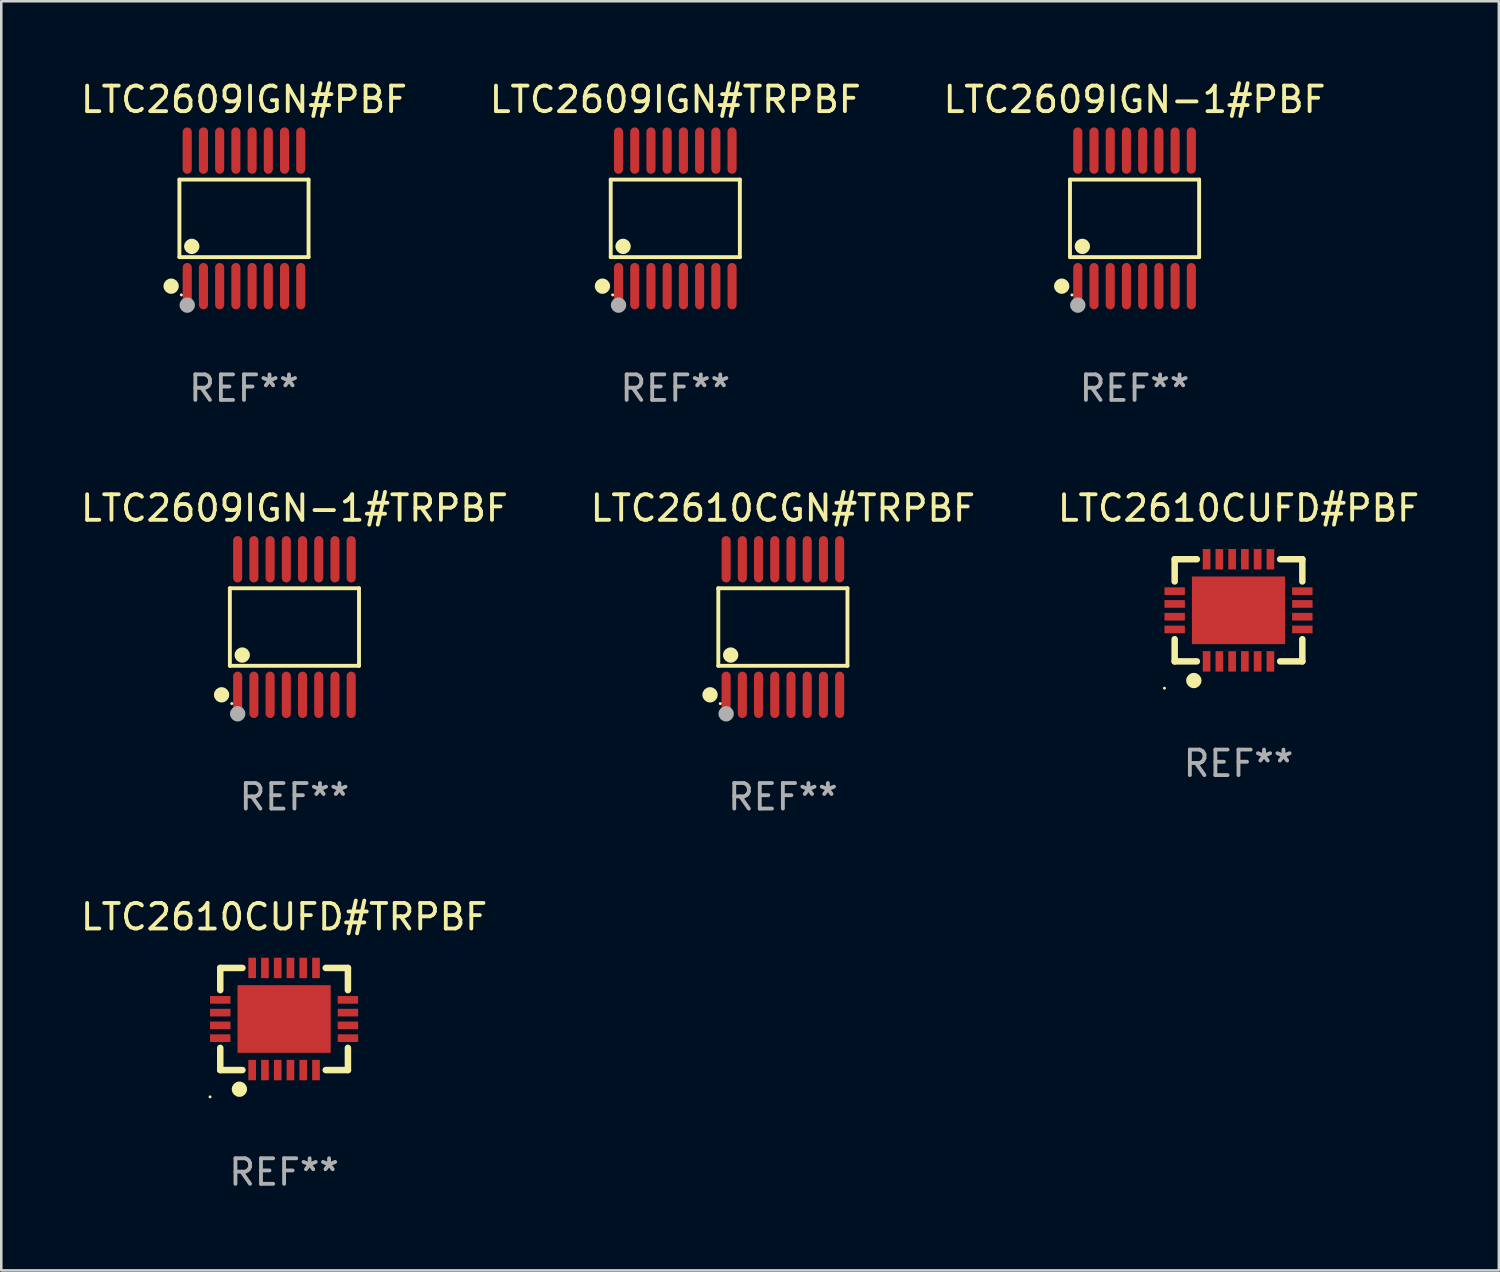
<source format=kicad_pcb>
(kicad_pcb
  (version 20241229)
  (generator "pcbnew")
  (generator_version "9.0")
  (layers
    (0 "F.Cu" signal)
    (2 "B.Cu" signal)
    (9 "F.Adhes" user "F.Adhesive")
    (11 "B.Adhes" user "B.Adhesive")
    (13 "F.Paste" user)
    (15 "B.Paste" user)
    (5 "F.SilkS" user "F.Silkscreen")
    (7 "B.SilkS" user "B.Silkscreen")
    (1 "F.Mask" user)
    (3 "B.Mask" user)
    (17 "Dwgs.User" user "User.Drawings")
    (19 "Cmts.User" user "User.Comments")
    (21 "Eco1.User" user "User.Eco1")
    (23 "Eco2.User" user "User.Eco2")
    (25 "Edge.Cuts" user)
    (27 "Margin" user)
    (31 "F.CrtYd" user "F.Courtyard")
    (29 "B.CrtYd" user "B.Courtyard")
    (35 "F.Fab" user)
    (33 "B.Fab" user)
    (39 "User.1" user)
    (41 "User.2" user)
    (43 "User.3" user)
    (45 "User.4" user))
  (footprint "LTC2609IGN#PBF"
    (layer "F.Cu")
    (at 6.506 5.503)
    (property "Reference" "LTC2609IGN#PBF" (at 0 -4.655 0) (layer "F.SilkS") (effects (font (size 1 1) (thickness 0.15))))
    (attr through_hole)
    (fp_line (start -2.529 -1.519) (end 2.529 -1.519) (stroke (width 0.152) (type solid)) (layer "F.SilkS"))
    (fp_line (start -2.529 1.519) (end -2.529 -1.519) (stroke (width 0.152) (type solid)) (layer "F.SilkS"))
    (fp_line (start 2.529 -1.519) (end 2.529 1.519) (stroke (width 0.152) (type solid)) (layer "F.SilkS"))
    (fp_line (start 2.529 1.519) (end -2.529 1.519) (stroke (width 0.152) (type solid)) (layer "F.SilkS"))
    (fp_circle (center -2.853 2.655) (end -2.703 2.655) (stroke (width 0.3) (type solid)) (fill no) (layer "F.SilkS"))
    (fp_circle (center -2.453 2.998) (end -2.423 2.998) (stroke (width 0.06) (type solid)) (fill no) (layer "F.SilkS"))
    (fp_circle (center -2.045 1.097) (end -1.895 1.097) (stroke (width 0.3) (type solid)) (fill no) (layer "F.SilkS"))
    (fp_circle (center -2.223 3.398) (end -2.072 3.398) (stroke (width 0.3) (type solid)) (fill no) (layer "F.Fab"))
    (fp_text user "REF**" (at 0 6.655 0) (layer "F.Fab") (effects (font (size 1 1) (thickness 0.15))))
    (pad "1" smd oval (at -2.223 2.655) (size 0.356 1.815) (layers "F.Cu" "F.Mask" "F.Paste"))
    (pad "2" smd oval (at -1.588 2.655) (size 0.356 1.815) (layers "F.Cu" "F.Mask" "F.Paste"))
    (pad "3" smd oval (at -0.953 2.655) (size 0.356 1.815) (layers "F.Cu" "F.Mask" "F.Paste"))
    (pad "4" smd oval (at -0.318 2.655) (size 0.356 1.815) (layers "F.Cu" "F.Mask" "F.Paste"))
    (pad "5" smd oval (at 0.318 2.655) (size 0.356 1.815) (layers "F.Cu" "F.Mask" "F.Paste"))
    (pad "6" smd oval (at 0.953 2.655) (size 0.356 1.815) (layers "F.Cu" "F.Mask" "F.Paste"))
    (pad "7" smd oval (at 1.588 2.655) (size 0.356 1.815) (layers "F.Cu" "F.Mask" "F.Paste"))
    (pad "8" smd oval (at 2.223 2.655) (size 0.356 1.815) (layers "F.Cu" "F.Mask" "F.Paste"))
    (pad "9" smd oval (at 2.223 -2.655) (size 0.356 1.815) (layers "F.Cu" "F.Mask" "F.Paste"))
    (pad "10" smd oval (at 1.588 -2.655) (size 0.356 1.815) (layers "F.Cu" "F.Mask" "F.Paste"))
    (pad "11" smd oval (at 0.953 -2.655) (size 0.356 1.815) (layers "F.Cu" "F.Mask" "F.Paste"))
    (pad "12" smd oval (at 0.318 -2.655) (size 0.356 1.815) (layers "F.Cu" "F.Mask" "F.Paste"))
    (pad "13" smd oval (at -0.318 -2.655) (size 0.356 1.815) (layers "F.Cu" "F.Mask" "F.Paste"))
    (pad "14" smd oval (at -0.953 -2.655) (size 0.356 1.815) (layers "F.Cu" "F.Mask" "F.Paste"))
    (pad "15" smd oval (at -1.588 -2.655) (size 0.356 1.815) (layers "F.Cu" "F.Mask" "F.Paste"))
    (pad "16" smd oval (at -2.223 -2.655) (size 0.356 1.815) (layers "F.Cu" "F.Mask" "F.Paste")))
  (footprint "LTC2610CGN#TRPBF"
    (layer "F.Cu")
    (at 27.613 21.509)
    (property "Reference" "LTC2610CGN#TRPBF" (at 0 -4.655 0) (layer "F.SilkS") (effects (font (size 1 1) (thickness 0.15))))
    (attr through_hole)
    (fp_line (start -2.529 -1.519) (end 2.529 -1.519) (stroke (width 0.152) (type solid)) (layer "F.SilkS"))
    (fp_line (start -2.529 1.519) (end -2.529 -1.519) (stroke (width 0.152) (type solid)) (layer "F.SilkS"))
    (fp_line (start 2.529 -1.519) (end 2.529 1.519) (stroke (width 0.152) (type solid)) (layer "F.SilkS"))
    (fp_line (start 2.529 1.519) (end -2.529 1.519) (stroke (width 0.152) (type solid)) (layer "F.SilkS"))
    (fp_circle (center -2.853 2.655) (end -2.703 2.655) (stroke (width 0.3) (type solid)) (fill no) (layer "F.SilkS"))
    (fp_circle (center -2.453 2.998) (end -2.423 2.998) (stroke (width 0.06) (type solid)) (fill no) (layer "F.SilkS"))
    (fp_circle (center -2.045 1.097) (end -1.895 1.097) (stroke (width 0.3) (type solid)) (fill no) (layer "F.SilkS"))
    (fp_circle (center -2.223 3.398) (end -2.072 3.398) (stroke (width 0.3) (type solid)) (fill no) (layer "F.Fab"))
    (fp_text user "REF**" (at 0 6.655 0) (layer "F.Fab") (effects (font (size 1 1) (thickness 0.15))))
    (pad "1" smd oval (at -2.223 2.655) (size 0.356 1.815) (layers "F.Cu" "F.Mask" "F.Paste"))
    (pad "2" smd oval (at -1.588 2.655) (size 0.356 1.815) (layers "F.Cu" "F.Mask" "F.Paste"))
    (pad "3" smd oval (at -0.953 2.655) (size 0.356 1.815) (layers "F.Cu" "F.Mask" "F.Paste"))
    (pad "4" smd oval (at -0.318 2.655) (size 0.356 1.815) (layers "F.Cu" "F.Mask" "F.Paste"))
    (pad "5" smd oval (at 0.318 2.655) (size 0.356 1.815) (layers "F.Cu" "F.Mask" "F.Paste"))
    (pad "6" smd oval (at 0.953 2.655) (size 0.356 1.815) (layers "F.Cu" "F.Mask" "F.Paste"))
    (pad "7" smd oval (at 1.588 2.655) (size 0.356 1.815) (layers "F.Cu" "F.Mask" "F.Paste"))
    (pad "8" smd oval (at 2.223 2.655) (size 0.356 1.815) (layers "F.Cu" "F.Mask" "F.Paste"))
    (pad "9" smd oval (at 2.223 -2.655) (size 0.356 1.815) (layers "F.Cu" "F.Mask" "F.Paste"))
    (pad "10" smd oval (at 1.588 -2.655) (size 0.356 1.815) (layers "F.Cu" "F.Mask" "F.Paste"))
    (pad "11" smd oval (at 0.953 -2.655) (size 0.356 1.815) (layers "F.Cu" "F.Mask" "F.Paste"))
    (pad "12" smd oval (at 0.318 -2.655) (size 0.356 1.815) (layers "F.Cu" "F.Mask" "F.Paste"))
    (pad "13" smd oval (at -0.318 -2.655) (size 0.356 1.815) (layers "F.Cu" "F.Mask" "F.Paste"))
    (pad "14" smd oval (at -0.953 -2.655) (size 0.356 1.815) (layers "F.Cu" "F.Mask" "F.Paste"))
    (pad "15" smd oval (at -1.588 -2.655) (size 0.356 1.815) (layers "F.Cu" "F.Mask" "F.Paste"))
    (pad "16" smd oval (at -2.223 -2.655) (size 0.356 1.815) (layers "F.Cu" "F.Mask" "F.Paste")))
  (footprint "LTC2610CUFD#TRPBF"
    (layer "F.Cu")
    (at 8.077 36.861)
    (property "Reference" "LTC2610CUFD#TRPBF" (at 0 -4 0) (layer "F.SilkS") (effects (font (size 1 1) (thickness 0.15))))
    (attr through_hole)
    (fp_line (start -2.5 -2) (end -1.631 -2) (stroke (width 0.254) (type solid)) (layer "F.SilkS"))
    (fp_line (start -2.5 -1.131) (end -2.5 -2) (stroke (width 0.254) (type solid)) (layer "F.SilkS"))
    (fp_line (start -2.5 2) (end -2.5 1.131) (stroke (width 0.254) (type solid)) (layer "F.SilkS"))
    (fp_line (start -1.631 2) (end -2.5 2) (stroke (width 0.254) (type solid)) (layer "F.SilkS"))
    (fp_line (start 1.631 -2) (end 2.5 -2) (stroke (width 0.254) (type solid)) (layer "F.SilkS"))
    (fp_line (start 2.5 -2) (end 2.5 -1.131) (stroke (width 0.254) (type solid)) (layer "F.SilkS"))
    (fp_line (start 2.5 1.131) (end 2.5 2) (stroke (width 0.254) (type solid)) (layer "F.SilkS"))
    (fp_line (start 2.5 2) (end 1.631 2) (stroke (width 0.254) (type solid)) (layer "F.SilkS"))
    (fp_circle (center -2.9 3.05) (end -2.87 3.05) (stroke (width 0.06) (type solid)) (fill no) (layer "F.SilkS"))
    (fp_circle (center -1.75 2.75) (end -1.6 2.75) (stroke (width 0.3) (type solid)) (fill no) (layer "F.SilkS"))
    (fp_text user "REF**" (at 0 6 0) (layer "F.Fab") (effects (font (size 1 1) (thickness 0.15))))
    (pad "1" smd rect (at -1.25 2 90) (size 0.8 0.3) (layers "F.Cu" "F.Mask" "F.Paste"))
    (pad "2" smd rect (at -0.75 2 90) (size 0.8 0.3) (layers "F.Cu" "F.Mask" "F.Paste"))
    (pad "3" smd rect (at -0.25 2 90) (size 0.8 0.3) (layers "F.Cu" "F.Mask" "F.Paste"))
    (pad "4" smd rect (at 0.25 2 90) (size 0.8 0.3) (layers "F.Cu" "F.Mask" "F.Paste"))
    (pad "5" smd rect (at 0.75 2 90) (size 0.8 0.3) (layers "F.Cu" "F.Mask" "F.Paste"))
    (pad "6" smd rect (at 1.25 2 90) (size 0.8 0.3) (layers "F.Cu" "F.Mask" "F.Paste"))
    (pad "7" smd rect (at 2.5 0.75 180) (size 0.8 0.3) (layers "F.Cu" "F.Mask" "F.Paste"))
    (pad "8" smd rect (at 2.5 0.25 180) (size 0.8 0.3) (layers "F.Cu" "F.Mask" "F.Paste"))
    (pad "9" smd rect (at 2.5 -0.25 180) (size 0.8 0.3) (layers "F.Cu" "F.Mask" "F.Paste"))
    (pad "10" smd rect (at 2.5 -0.75 180) (size 0.8 0.3) (layers "F.Cu" "F.Mask" "F.Paste"))
    (pad "11" smd rect (at 1.25 -2 270) (size 0.8 0.3) (layers "F.Cu" "F.Mask" "F.Paste"))
    (pad "12" smd rect (at 0.75 -2 270) (size 0.8 0.3) (layers "F.Cu" "F.Mask" "F.Paste"))
    (pad "13" smd rect (at 0.25 -2 270) (size 0.8 0.3) (layers "F.Cu" "F.Mask" "F.Paste"))
    (pad "14" smd rect (at -0.25 -2 270) (size 0.8 0.3) (layers "F.Cu" "F.Mask" "F.Paste"))
    (pad "15" smd rect (at -0.75 -2 270) (size 0.8 0.3) (layers "F.Cu" "F.Mask" "F.Paste"))
    (pad "16" smd rect (at -1.25 -2 270) (size 0.8 0.3) (layers "F.Cu" "F.Mask" "F.Paste"))
    (pad "17" smd rect (at -2.5 -0.75) (size 0.8 0.3) (layers "F.Cu" "F.Mask" "F.Paste"))
    (pad "18" smd rect (at -2.5 -0.25) (size 0.8 0.3) (layers "F.Cu" "F.Mask" "F.Paste"))
    (pad "19" smd rect (at -2.5 0.25) (size 0.8 0.3) (layers "F.Cu" "F.Mask" "F.Paste"))
    (pad "20" smd rect (at -2.5 0.75) (size 0.8 0.3) (layers "F.Cu" "F.Mask" "F.Paste"))
    (pad "21" smd rect (at 0 0) (size 3.65 2.65) (layers "F.Cu" "F.Mask" "F.Paste")))
  (footprint "LTC2609IGN-1#TRPBF"
    (layer "F.Cu")
    (at 8.482 21.509)
    (property "Reference" "LTC2609IGN-1#TRPBF" (at 0 -4.655 0) (layer "F.SilkS") (effects (font (size 1 1) (thickness 0.15))))
    (attr through_hole)
    (fp_line (start -2.529 -1.519) (end 2.529 -1.519) (stroke (width 0.152) (type solid)) (layer "F.SilkS"))
    (fp_line (start -2.529 1.519) (end -2.529 -1.519) (stroke (width 0.152) (type solid)) (layer "F.SilkS"))
    (fp_line (start 2.529 -1.519) (end 2.529 1.519) (stroke (width 0.152) (type solid)) (layer "F.SilkS"))
    (fp_line (start 2.529 1.519) (end -2.529 1.519) (stroke (width 0.152) (type solid)) (layer "F.SilkS"))
    (fp_circle (center -2.853 2.655) (end -2.703 2.655) (stroke (width 0.3) (type solid)) (fill no) (layer "F.SilkS"))
    (fp_circle (center -2.453 2.998) (end -2.423 2.998) (stroke (width 0.06) (type solid)) (fill no) (layer "F.SilkS"))
    (fp_circle (center -2.045 1.097) (end -1.895 1.097) (stroke (width 0.3) (type solid)) (fill no) (layer "F.SilkS"))
    (fp_circle (center -2.223 3.398) (end -2.072 3.398) (stroke (width 0.3) (type solid)) (fill no) (layer "F.Fab"))
    (fp_text user "REF**" (at 0 6.655 0) (layer "F.Fab") (effects (font (size 1 1) (thickness 0.15))))
    (pad "1" smd oval (at -2.223 2.655) (size 0.356 1.815) (layers "F.Cu" "F.Mask" "F.Paste"))
    (pad "2" smd oval (at -1.588 2.655) (size 0.356 1.815) (layers "F.Cu" "F.Mask" "F.Paste"))
    (pad "3" smd oval (at -0.953 2.655) (size 0.356 1.815) (layers "F.Cu" "F.Mask" "F.Paste"))
    (pad "4" smd oval (at -0.318 2.655) (size 0.356 1.815) (layers "F.Cu" "F.Mask" "F.Paste"))
    (pad "5" smd oval (at 0.318 2.655) (size 0.356 1.815) (layers "F.Cu" "F.Mask" "F.Paste"))
    (pad "6" smd oval (at 0.953 2.655) (size 0.356 1.815) (layers "F.Cu" "F.Mask" "F.Paste"))
    (pad "7" smd oval (at 1.588 2.655) (size 0.356 1.815) (layers "F.Cu" "F.Mask" "F.Paste"))
    (pad "8" smd oval (at 2.223 2.655) (size 0.356 1.815) (layers "F.Cu" "F.Mask" "F.Paste"))
    (pad "9" smd oval (at 2.223 -2.655) (size 0.356 1.815) (layers "F.Cu" "F.Mask" "F.Paste"))
    (pad "10" smd oval (at 1.588 -2.655) (size 0.356 1.815) (layers "F.Cu" "F.Mask" "F.Paste"))
    (pad "11" smd oval (at 0.953 -2.655) (size 0.356 1.815) (layers "F.Cu" "F.Mask" "F.Paste"))
    (pad "12" smd oval (at 0.318 -2.655) (size 0.356 1.815) (layers "F.Cu" "F.Mask" "F.Paste"))
    (pad "13" smd oval (at -0.318 -2.655) (size 0.356 1.815) (layers "F.Cu" "F.Mask" "F.Paste"))
    (pad "14" smd oval (at -0.953 -2.655) (size 0.356 1.815) (layers "F.Cu" "F.Mask" "F.Paste"))
    (pad "15" smd oval (at -1.588 -2.655) (size 0.356 1.815) (layers "F.Cu" "F.Mask" "F.Paste"))
    (pad "16" smd oval (at -2.223 -2.655) (size 0.356 1.815) (layers "F.Cu" "F.Mask" "F.Paste")))
  (footprint "LTC2610CUFD#PBF"
    (layer "F.Cu")
    (at 45.458 20.854)
    (property "Reference" "LTC2610CUFD#PBF" (at 0 -4 0) (layer "F.SilkS") (effects (font (size 1 1) (thickness 0.15))))
    (attr through_hole)
    (fp_line (start -2.5 -2) (end -1.631 -2) (stroke (width 0.254) (type solid)) (layer "F.SilkS"))
    (fp_line (start -2.5 -1.131) (end -2.5 -2) (stroke (width 0.254) (type solid)) (layer "F.SilkS"))
    (fp_line (start -2.5 2) (end -2.5 1.131) (stroke (width 0.254) (type solid)) (layer "F.SilkS"))
    (fp_line (start -1.631 2) (end -2.5 2) (stroke (width 0.254) (type solid)) (layer "F.SilkS"))
    (fp_line (start 1.631 -2) (end 2.5 -2) (stroke (width 0.254) (type solid)) (layer "F.SilkS"))
    (fp_line (start 2.5 -2) (end 2.5 -1.131) (stroke (width 0.254) (type solid)) (layer "F.SilkS"))
    (fp_line (start 2.5 1.131) (end 2.5 2) (stroke (width 0.254) (type solid)) (layer "F.SilkS"))
    (fp_line (start 2.5 2) (end 1.631 2) (stroke (width 0.254) (type solid)) (layer "F.SilkS"))
    (fp_circle (center -2.9 3.05) (end -2.87 3.05) (stroke (width 0.06) (type solid)) (fill no) (layer "F.SilkS"))
    (fp_circle (center -1.75 2.75) (end -1.6 2.75) (stroke (width 0.3) (type solid)) (fill no) (layer "F.SilkS"))
    (fp_text user "REF**" (at 0 6 0) (layer "F.Fab") (effects (font (size 1 1) (thickness 0.15))))
    (pad "1" smd rect (at -1.25 2 90) (size 0.8 0.3) (layers "F.Cu" "F.Mask" "F.Paste"))
    (pad "2" smd rect (at -0.75 2 90) (size 0.8 0.3) (layers "F.Cu" "F.Mask" "F.Paste"))
    (pad "3" smd rect (at -0.25 2 90) (size 0.8 0.3) (layers "F.Cu" "F.Mask" "F.Paste"))
    (pad "4" smd rect (at 0.25 2 90) (size 0.8 0.3) (layers "F.Cu" "F.Mask" "F.Paste"))
    (pad "5" smd rect (at 0.75 2 90) (size 0.8 0.3) (layers "F.Cu" "F.Mask" "F.Paste"))
    (pad "6" smd rect (at 1.25 2 90) (size 0.8 0.3) (layers "F.Cu" "F.Mask" "F.Paste"))
    (pad "7" smd rect (at 2.5 0.75 180) (size 0.8 0.3) (layers "F.Cu" "F.Mask" "F.Paste"))
    (pad "8" smd rect (at 2.5 0.25 180) (size 0.8 0.3) (layers "F.Cu" "F.Mask" "F.Paste"))
    (pad "9" smd rect (at 2.5 -0.25 180) (size 0.8 0.3) (layers "F.Cu" "F.Mask" "F.Paste"))
    (pad "10" smd rect (at 2.5 -0.75 180) (size 0.8 0.3) (layers "F.Cu" "F.Mask" "F.Paste"))
    (pad "11" smd rect (at 1.25 -2 270) (size 0.8 0.3) (layers "F.Cu" "F.Mask" "F.Paste"))
    (pad "12" smd rect (at 0.75 -2 270) (size 0.8 0.3) (layers "F.Cu" "F.Mask" "F.Paste"))
    (pad "13" smd rect (at 0.25 -2 270) (size 0.8 0.3) (layers "F.Cu" "F.Mask" "F.Paste"))
    (pad "14" smd rect (at -0.25 -2 270) (size 0.8 0.3) (layers "F.Cu" "F.Mask" "F.Paste"))
    (pad "15" smd rect (at -0.75 -2 270) (size 0.8 0.3) (layers "F.Cu" "F.Mask" "F.Paste"))
    (pad "16" smd rect (at -1.25 -2 270) (size 0.8 0.3) (layers "F.Cu" "F.Mask" "F.Paste"))
    (pad "17" smd rect (at -2.5 -0.75) (size 0.8 0.3) (layers "F.Cu" "F.Mask" "F.Paste"))
    (pad "18" smd rect (at -2.5 -0.25) (size 0.8 0.3) (layers "F.Cu" "F.Mask" "F.Paste"))
    (pad "19" smd rect (at -2.5 0.25) (size 0.8 0.3) (layers "F.Cu" "F.Mask" "F.Paste"))
    (pad "20" smd rect (at -2.5 0.75) (size 0.8 0.3) (layers "F.Cu" "F.Mask" "F.Paste"))
    (pad "21" smd rect (at 0 0) (size 3.65 2.65) (layers "F.Cu" "F.Mask" "F.Paste")))
  (footprint "LTC2609IGN-1#PBF"
    (layer "F.Cu")
    (at 41.387 5.503)
    (property "Reference" "LTC2609IGN-1#PBF" (at 0 -4.655 0) (layer "F.SilkS") (effects (font (size 1 1) (thickness 0.15))))
    (attr through_hole)
    (fp_line (start -2.529 -1.519) (end 2.529 -1.519) (stroke (width 0.152) (type solid)) (layer "F.SilkS"))
    (fp_line (start -2.529 1.519) (end -2.529 -1.519) (stroke (width 0.152) (type solid)) (layer "F.SilkS"))
    (fp_line (start 2.529 -1.519) (end 2.529 1.519) (stroke (width 0.152) (type solid)) (layer "F.SilkS"))
    (fp_line (start 2.529 1.519) (end -2.529 1.519) (stroke (width 0.152) (type solid)) (layer "F.SilkS"))
    (fp_circle (center -2.853 2.655) (end -2.703 2.655) (stroke (width 0.3) (type solid)) (fill no) (layer "F.SilkS"))
    (fp_circle (center -2.453 2.998) (end -2.423 2.998) (stroke (width 0.06) (type solid)) (fill no) (layer "F.SilkS"))
    (fp_circle (center -2.045 1.097) (end -1.895 1.097) (stroke (width 0.3) (type solid)) (fill no) (layer "F.SilkS"))
    (fp_circle (center -2.223 3.398) (end -2.072 3.398) (stroke (width 0.3) (type solid)) (fill no) (layer "F.Fab"))
    (fp_text user "REF**" (at 0 6.655 0) (layer "F.Fab") (effects (font (size 1 1) (thickness 0.15))))
    (pad "1" smd oval (at -2.223 2.655) (size 0.356 1.815) (layers "F.Cu" "F.Mask" "F.Paste"))
    (pad "2" smd oval (at -1.588 2.655) (size 0.356 1.815) (layers "F.Cu" "F.Mask" "F.Paste"))
    (pad "3" smd oval (at -0.953 2.655) (size 0.356 1.815) (layers "F.Cu" "F.Mask" "F.Paste"))
    (pad "4" smd oval (at -0.318 2.655) (size 0.356 1.815) (layers "F.Cu" "F.Mask" "F.Paste"))
    (pad "5" smd oval (at 0.318 2.655) (size 0.356 1.815) (layers "F.Cu" "F.Mask" "F.Paste"))
    (pad "6" smd oval (at 0.953 2.655) (size 0.356 1.815) (layers "F.Cu" "F.Mask" "F.Paste"))
    (pad "7" smd oval (at 1.588 2.655) (size 0.356 1.815) (layers "F.Cu" "F.Mask" "F.Paste"))
    (pad "8" smd oval (at 2.223 2.655) (size 0.356 1.815) (layers "F.Cu" "F.Mask" "F.Paste"))
    (pad "9" smd oval (at 2.223 -2.655) (size 0.356 1.815) (layers "F.Cu" "F.Mask" "F.Paste"))
    (pad "10" smd oval (at 1.588 -2.655) (size 0.356 1.815) (layers "F.Cu" "F.Mask" "F.Paste"))
    (pad "11" smd oval (at 0.953 -2.655) (size 0.356 1.815) (layers "F.Cu" "F.Mask" "F.Paste"))
    (pad "12" smd oval (at 0.318 -2.655) (size 0.356 1.815) (layers "F.Cu" "F.Mask" "F.Paste"))
    (pad "13" smd oval (at -0.318 -2.655) (size 0.356 1.815) (layers "F.Cu" "F.Mask" "F.Paste"))
    (pad "14" smd oval (at -0.953 -2.655) (size 0.356 1.815) (layers "F.Cu" "F.Mask" "F.Paste"))
    (pad "15" smd oval (at -1.588 -2.655) (size 0.356 1.815) (layers "F.Cu" "F.Mask" "F.Paste"))
    (pad "16" smd oval (at -2.223 -2.655) (size 0.356 1.815) (layers "F.Cu" "F.Mask" "F.Paste")))
  (footprint "LTC2609IGN#TRPBF"
    (layer "F.Cu")
    (at 23.399 5.503)
    (property "Reference" "LTC2609IGN#TRPBF" (at 0 -4.655 0) (layer "F.SilkS") (effects (font (size 1 1) (thickness 0.15))))
    (attr through_hole)
    (fp_line (start -2.529 -1.519) (end 2.529 -1.519) (stroke (width 0.152) (type solid)) (layer "F.SilkS"))
    (fp_line (start -2.529 1.519) (end -2.529 -1.519) (stroke (width 0.152) (type solid)) (layer "F.SilkS"))
    (fp_line (start 2.529 -1.519) (end 2.529 1.519) (stroke (width 0.152) (type solid)) (layer "F.SilkS"))
    (fp_line (start 2.529 1.519) (end -2.529 1.519) (stroke (width 0.152) (type solid)) (layer "F.SilkS"))
    (fp_circle (center -2.853 2.655) (end -2.703 2.655) (stroke (width 0.3) (type solid)) (fill no) (layer "F.SilkS"))
    (fp_circle (center -2.453 2.998) (end -2.423 2.998) (stroke (width 0.06) (type solid)) (fill no) (layer "F.SilkS"))
    (fp_circle (center -2.045 1.097) (end -1.895 1.097) (stroke (width 0.3) (type solid)) (fill no) (layer "F.SilkS"))
    (fp_circle (center -2.223 3.398) (end -2.072 3.398) (stroke (width 0.3) (type solid)) (fill no) (layer "F.Fab"))
    (fp_text user "REF**" (at 0 6.655 0) (layer "F.Fab") (effects (font (size 1 1) (thickness 0.15))))
    (pad "1" smd oval (at -2.223 2.655) (size 0.356 1.815) (layers "F.Cu" "F.Mask" "F.Paste"))
    (pad "2" smd oval (at -1.588 2.655) (size 0.356 1.815) (layers "F.Cu" "F.Mask" "F.Paste"))
    (pad "3" smd oval (at -0.953 2.655) (size 0.356 1.815) (layers "F.Cu" "F.Mask" "F.Paste"))
    (pad "4" smd oval (at -0.318 2.655) (size 0.356 1.815) (layers "F.Cu" "F.Mask" "F.Paste"))
    (pad "5" smd oval (at 0.318 2.655) (size 0.356 1.815) (layers "F.Cu" "F.Mask" "F.Paste"))
    (pad "6" smd oval (at 0.953 2.655) (size 0.356 1.815) (layers "F.Cu" "F.Mask" "F.Paste"))
    (pad "7" smd oval (at 1.588 2.655) (size 0.356 1.815) (layers "F.Cu" "F.Mask" "F.Paste"))
    (pad "8" smd oval (at 2.223 2.655) (size 0.356 1.815) (layers "F.Cu" "F.Mask" "F.Paste"))
    (pad "9" smd oval (at 2.223 -2.655) (size 0.356 1.815) (layers "F.Cu" "F.Mask" "F.Paste"))
    (pad "10" smd oval (at 1.588 -2.655) (size 0.356 1.815) (layers "F.Cu" "F.Mask" "F.Paste"))
    (pad "11" smd oval (at 0.953 -2.655) (size 0.356 1.815) (layers "F.Cu" "F.Mask" "F.Paste"))
    (pad "12" smd oval (at 0.318 -2.655) (size 0.356 1.815) (layers "F.Cu" "F.Mask" "F.Paste"))
    (pad "13" smd oval (at -0.318 -2.655) (size 0.356 1.815) (layers "F.Cu" "F.Mask" "F.Paste"))
    (pad "14" smd oval (at -0.953 -2.655) (size 0.356 1.815) (layers "F.Cu" "F.Mask" "F.Paste"))
    (pad "15" smd oval (at -1.588 -2.655) (size 0.356 1.815) (layers "F.Cu" "F.Mask" "F.Paste"))
    (pad "16" smd oval (at -2.223 -2.655) (size 0.356 1.815) (layers "F.Cu" "F.Mask" "F.Paste")))
  (gr_rect
    (start -3 -3)
    (end 55.655 46.709)
    (stroke (width 0.1) (type default))
    (fill no)
    (layer "Edge.Cuts")))
</source>
